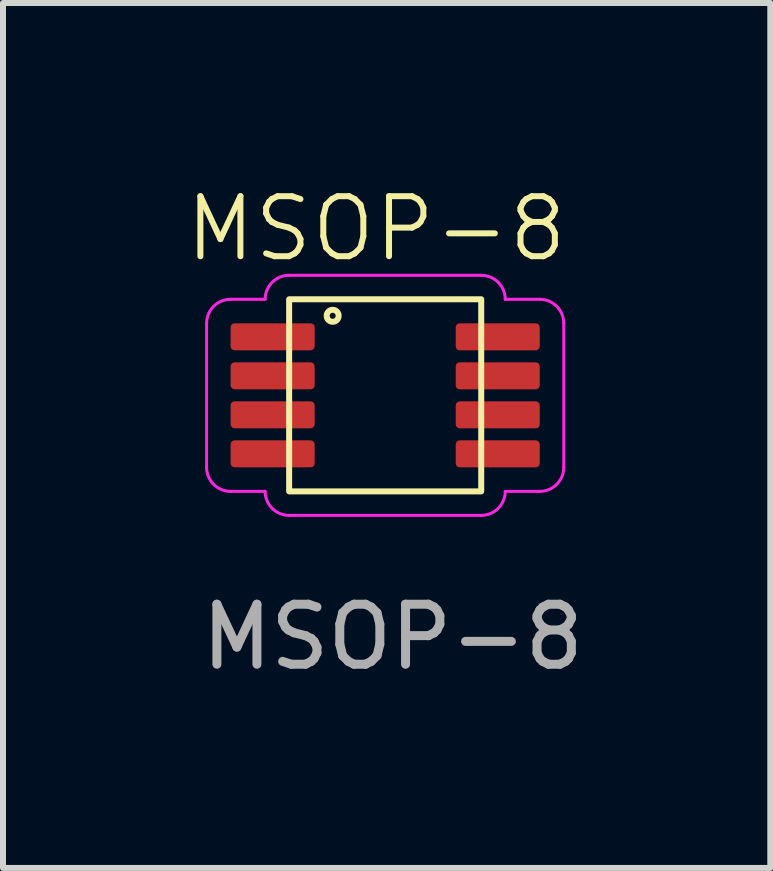
<source format=kicad_pcb>
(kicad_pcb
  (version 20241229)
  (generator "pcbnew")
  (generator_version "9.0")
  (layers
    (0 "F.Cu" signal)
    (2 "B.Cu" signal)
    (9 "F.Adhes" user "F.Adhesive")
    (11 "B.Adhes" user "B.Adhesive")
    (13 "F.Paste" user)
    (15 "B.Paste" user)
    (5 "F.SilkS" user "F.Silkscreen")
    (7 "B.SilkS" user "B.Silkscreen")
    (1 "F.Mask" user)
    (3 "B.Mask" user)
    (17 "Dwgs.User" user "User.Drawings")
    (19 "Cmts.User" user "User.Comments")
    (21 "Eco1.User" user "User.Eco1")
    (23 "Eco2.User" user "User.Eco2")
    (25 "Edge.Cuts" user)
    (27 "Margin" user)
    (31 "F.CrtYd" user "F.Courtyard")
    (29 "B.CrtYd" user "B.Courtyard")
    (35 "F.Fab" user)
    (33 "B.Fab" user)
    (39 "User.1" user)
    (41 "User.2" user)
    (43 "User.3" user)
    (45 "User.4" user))
  (footprint "MSOP-8"
    (layer "F.Cu")
    (at 1.492 2.561)
    (property "Reference" "MSOP-8" (at 1.725 -1.8 0) (unlocked yes) (layer "F.SilkS") (effects (font (size 1 1) (thickness 0.1))))
    (attr smd)
    (fp_rect (start 0.275 -0.625) (end 3.475 2.575) (stroke (width 0.1) (type default)) (fill no) (layer "F.SilkS"))
    (fp_circle (center 1 -0.35) (end 1.1 -0.35) (stroke (width 0.1) (type default)) (fill no) (layer "F.SilkS"))
    (fp_line (start -1.1 -0.225) (end -1.1 2.175) (stroke (width 0.05) (type default)) (layer "F.CrtYd"))
    (fp_line (start -0.7 2.575) (end -0.125 2.575) (stroke (width 0.05) (type default)) (layer "F.CrtYd"))
    (fp_line (start -0.125 -0.625) (end -0.7 -0.625) (stroke (width 0.05) (type default)) (layer "F.CrtYd"))
    (fp_line (start 0.275 2.975) (end 3.475 2.975) (stroke (width 0.05) (type default)) (layer "F.CrtYd"))
    (fp_line (start 3.475 -1.025) (end 0.275 -1.025) (stroke (width 0.05) (type default)) (layer "F.CrtYd"))
    (fp_line (start 3.875 2.575) (end 4.45 2.575) (stroke (width 0.05) (type default)) (layer "F.CrtYd"))
    (fp_line (start 4.45 -0.625) (end 3.875 -0.625) (stroke (width 0.05) (type default)) (layer "F.CrtYd"))
    (fp_line (start 4.85 2.175) (end 4.85 -0.225) (stroke (width 0.05) (type default)) (layer "F.CrtYd"))
    (fp_arc (start -1.1 -0.225) (mid -0.982843 -0.507843) (end -0.7 -0.625) (stroke (width 0.05) (type default)) (layer "F.CrtYd"))
    (fp_arc (start -0.7 2.575) (mid -0.982843 2.457843) (end -1.1 2.175) (stroke (width 0.05) (type default)) (layer "F.CrtYd"))
    (fp_arc (start -0.125 -0.625) (mid -0.007843 -0.907843) (end 0.275 -1.025) (stroke (width 0.05) (type default)) (layer "F.CrtYd"))
    (fp_arc (start 0.275 2.975) (mid -0.007843 2.857843) (end -0.125 2.575) (stroke (width 0.05) (type default)) (layer "F.CrtYd"))
    (fp_arc (start 3.475 -1.025) (mid 3.757843 -0.907843) (end 3.875 -0.625) (stroke (width 0.05) (type default)) (layer "F.CrtYd"))
    (fp_arc (start 3.875 2.575) (mid 3.757843 2.857843) (end 3.475 2.975) (stroke (width 0.05) (type default)) (layer "F.CrtYd"))
    (fp_arc (start 4.45 -0.625) (mid 4.732843 -0.507843) (end 4.85 -0.225) (stroke (width 0.05) (type default)) (layer "F.CrtYd"))
    (fp_arc (start 4.85 2.175) (mid 4.732843 2.457843) (end 4.45 2.575) (stroke (width 0.05) (type default)) (layer "F.CrtYd"))
    (fp_text user "${REFERENCE}" (at 2 5 0) (unlocked yes) (layer "F.Fab") (effects (font (size 1 1) (thickness 0.15))))
    (pad "1" smd roundrect (at 0 0) (size 1.4 0.45) (layers "F.Cu" "F.Mask" "F.Paste") (roundrect_rratio 0.15))
    (pad "2" smd roundrect (at 0 0.65) (size 1.4 0.45) (layers "F.Cu" "F.Mask" "F.Paste") (roundrect_rratio 0.15))
    (pad "3" smd roundrect (at 0 1.3) (size 1.4 0.45) (layers "F.Cu" "F.Mask" "F.Paste") (roundrect_rratio 0.15))
    (pad "4" smd roundrect (at 0 1.95) (size 1.4 0.45) (layers "F.Cu" "F.Mask" "F.Paste") (roundrect_rratio 0.15))
    (pad "5" smd roundrect (at 3.75 1.95) (size 1.4 0.45) (layers "F.Cu" "F.Mask" "F.Paste") (roundrect_rratio 0.15))
    (pad "6" smd roundrect (at 3.75 1.3) (size 1.4 0.45) (layers "F.Cu" "F.Mask" "F.Paste") (roundrect_rratio 0.15))
    (pad "7" smd roundrect (at 3.75 0.65) (size 1.4 0.45) (layers "F.Cu" "F.Mask" "F.Paste") (roundrect_rratio 0.15))
    (pad "8" smd roundrect (at 3.75 0) (size 1.4 0.45) (layers "F.Cu" "F.Mask" "F.Paste") (roundrect_rratio 0.15)))
  (gr_rect
    (start -3 -3)
    (end 9.783 11.409)
    (stroke (width 0.1) (type default))
    (fill no)
    (layer "Edge.Cuts")))
</source>
